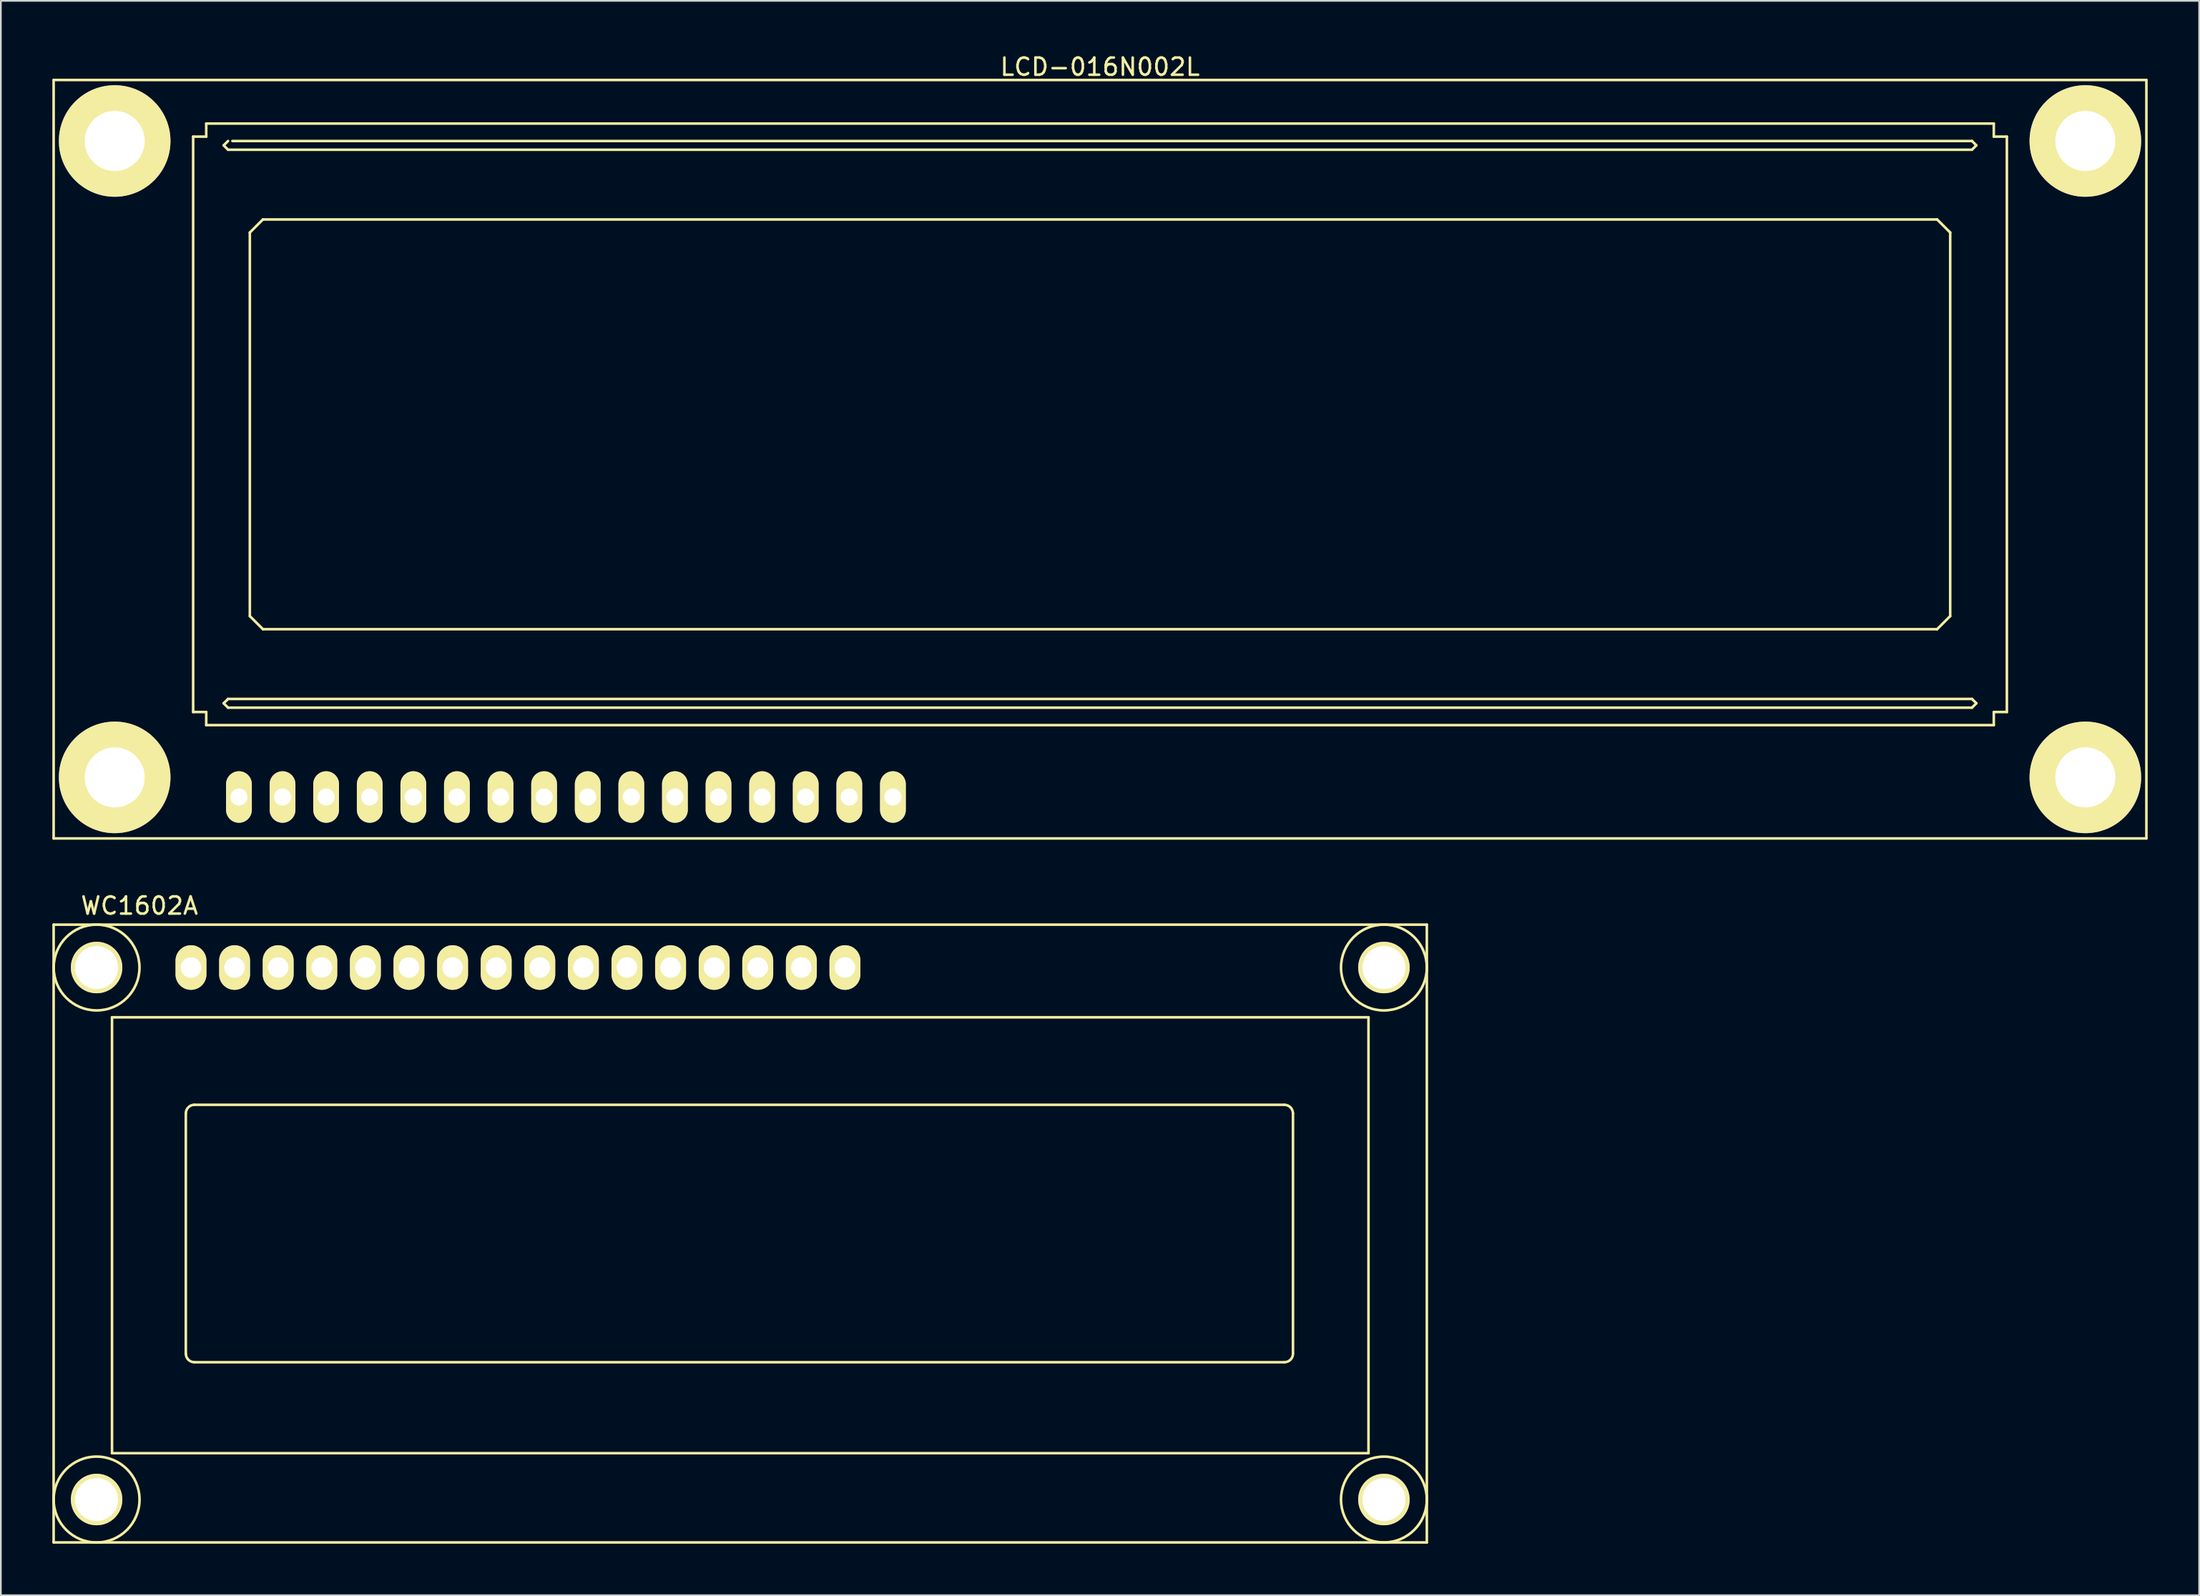
<source format=kicad_pcb>
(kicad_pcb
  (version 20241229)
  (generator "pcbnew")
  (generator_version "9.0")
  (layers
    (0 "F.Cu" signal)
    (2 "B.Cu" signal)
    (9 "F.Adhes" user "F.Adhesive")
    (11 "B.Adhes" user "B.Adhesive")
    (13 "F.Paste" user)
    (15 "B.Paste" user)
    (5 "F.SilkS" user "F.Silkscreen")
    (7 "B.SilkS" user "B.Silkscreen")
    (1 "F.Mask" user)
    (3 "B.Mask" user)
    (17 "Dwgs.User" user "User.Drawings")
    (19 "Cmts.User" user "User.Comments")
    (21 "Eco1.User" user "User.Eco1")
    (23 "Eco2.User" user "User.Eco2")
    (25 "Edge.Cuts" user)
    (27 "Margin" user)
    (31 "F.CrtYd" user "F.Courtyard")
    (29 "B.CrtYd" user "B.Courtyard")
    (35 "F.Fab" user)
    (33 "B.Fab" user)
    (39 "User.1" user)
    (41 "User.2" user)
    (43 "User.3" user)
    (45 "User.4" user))
  (footprint "WC1602A"
    (layer "F.Cu")
    (at 8.076 53.329)
    (property "Reference" "WC1602A" (at -3 -3.599 0) (layer "F.SilkS") (effects (font (size 1 1) (thickness 0.15))))
    (attr through_hole)
    (fp_line (start -8.001 -2.499) (end 71.999 -2.499) (stroke (width 0.15) (type solid)) (layer "F.SilkS"))
    (fp_line (start -8.001 33.5) (end -8.001 -2.499) (stroke (width 0.15) (type solid)) (layer "F.SilkS"))
    (fp_line (start -4.6 2.901) (end 68.6 2.901) (stroke (width 0.15) (type solid)) (layer "F.SilkS"))
    (fp_line (start -4.6 28.301) (end -4.6 2.901) (stroke (width 0.15) (type solid)) (layer "F.SilkS"))
    (fp_line (start -0.3 22.499) (end -0.3 8.499) (stroke (width 0.15) (type solid)) (layer "F.SilkS"))
    (fp_line (start 0.201 8.001) (end 63.701 8.001) (stroke (width 0.15) (type solid)) (layer "F.SilkS"))
    (fp_line (start 63.701 23) (end 0.201 23) (stroke (width 0.15) (type solid)) (layer "F.SilkS"))
    (fp_line (start 64.201 8.499) (end 64.201 22.499) (stroke (width 0.15) (type solid)) (layer "F.SilkS"))
    (fp_line (start 68.6 2.901) (end 68.6 28.301) (stroke (width 0.15) (type solid)) (layer "F.SilkS"))
    (fp_line (start 68.6 28.301) (end -4.6 28.301) (stroke (width 0.15) (type solid)) (layer "F.SilkS"))
    (fp_line (start 71.999 -2.499) (end 71.999 33.5) (stroke (width 0.15) (type solid)) (layer "F.SilkS"))
    (fp_line (start 71.999 33.5) (end -8.001 33.5) (stroke (width 0.15) (type solid)) (layer "F.SilkS"))
    (fp_arc (start -0.29972 8.49884) (mid -0.153162 8.145018) (end 0.20066 7.99846) (stroke (width 0.15) (type solid)) (layer "F.SilkS"))
    (fp_arc (start 0.20066 22.9997) (mid -0.153162 22.853142) (end -0.29972 22.49932) (stroke (width 0.15) (type solid)) (layer "F.SilkS"))
    (fp_arc (start 63.70066 8.001) (mid 64.052686 8.146814) (end 64.1985 8.49884) (stroke (width 0.15) (type solid)) (layer "F.SilkS"))
    (fp_arc (start 64.20104 22.49932) (mid 64.054482 22.853142) (end 63.70066 22.9997) (stroke (width 0.15) (type solid)) (layer "F.SilkS"))
    (fp_circle (center -5.499 0) (end -3 0) (stroke (width 0.15) (type solid)) (fill no) (layer "F.SilkS"))
    (fp_circle (center -5.499 31.001) (end -8.001 31.001) (stroke (width 0.15) (type solid)) (fill no) (layer "F.SilkS"))
    (fp_circle (center 69.499 0) (end 71.999 0) (stroke (width 0.15) (type solid)) (fill no) (layer "F.SilkS"))
    (fp_circle (center 69.499 31.001) (end 71.999 31.001) (stroke (width 0.15) (type solid)) (fill no) (layer "F.SilkS"))
    (pad "0" thru_hole circle (at -5.499 0) (size 3 3) (drill 2.5) (layers "*.Cu" "*.Mask" "F.SilkS"))
    (pad "0" thru_hole circle (at -5.499 31.001) (size 3 3) (drill 2.5) (layers "*.Cu" "*.Mask" "F.SilkS"))
    (pad "0" thru_hole circle (at 69.499 0) (size 3 3) (drill 2.5) (layers "*.Cu" "*.Mask" "F.SilkS"))
    (pad "0" thru_hole circle (at 69.499 31.001) (size 3 3) (drill 2.5) (layers "*.Cu" "*.Mask" "F.SilkS"))
    (pad "1" thru_hole oval (at 0 0) (size 1.8 2.6) (drill 1.2) (layers "*.Cu" "*.Mask" "F.SilkS"))
    (pad "2" thru_hole oval (at 2.54 0) (size 1.8 2.6) (drill 1.2) (layers "*.Cu" "*.Mask" "F.SilkS"))
    (pad "3" thru_hole oval (at 5.08 0) (size 1.8 2.6) (drill 1.2) (layers "*.Cu" "*.Mask" "F.SilkS"))
    (pad "4" thru_hole oval (at 7.62 0) (size 1.8 2.6) (drill 1.2) (layers "*.Cu" "*.Mask" "F.SilkS"))
    (pad "5" thru_hole oval (at 10.16 0) (size 1.8 2.6) (drill 1.2) (layers "*.Cu" "*.Mask" "F.SilkS"))
    (pad "6" thru_hole oval (at 12.7 0) (size 1.8 2.6) (drill 1.2) (layers "*.Cu" "*.Mask" "F.SilkS"))
    (pad "7" thru_hole oval (at 15.24 0) (size 1.8 2.6) (drill 1.2) (layers "*.Cu" "*.Mask" "F.SilkS"))
    (pad "8" thru_hole oval (at 17.78 0) (size 1.8 2.6) (drill 1.2) (layers "*.Cu" "*.Mask" "F.SilkS"))
    (pad "9" thru_hole oval (at 20.32 0) (size 1.8 2.6) (drill 1.2) (layers "*.Cu" "*.Mask" "F.SilkS"))
    (pad "10" thru_hole oval (at 22.86 0) (size 1.8 2.6) (drill 1.2) (layers "*.Cu" "*.Mask" "F.SilkS"))
    (pad "11" thru_hole oval (at 25.4 0) (size 1.8 2.6) (drill 1.2) (layers "*.Cu" "*.Mask" "F.SilkS"))
    (pad "12" thru_hole oval (at 27.94 0) (size 1.8 2.6) (drill 1.2) (layers "*.Cu" "*.Mask" "F.SilkS"))
    (pad "13" thru_hole oval (at 30.48 0) (size 1.8 2.6) (drill 1.2) (layers "*.Cu" "*.Mask" "F.SilkS"))
    (pad "14" thru_hole oval (at 33.02 0) (size 1.8 2.6) (drill 1.2) (layers "*.Cu" "*.Mask" "F.SilkS"))
    (pad "15" thru_hole oval (at 35.56 0) (size 1.8 2.6) (drill 1.2) (layers "*.Cu" "*.Mask" "F.SilkS"))
    (pad "16" thru_hole oval (at 38.1 0) (size 1.8 2.6) (drill 1.2) (layers "*.Cu" "*.Mask" "F.SilkS")))
  (footprint "LCD-016N002L"
    (layer "F.Cu")
    (at 61.035 23.708)
    (property "Reference" "LCD-016N002L" (at 0 -22.86 0) (layer "F.SilkS") (effects (font (size 1 1) (thickness 0.15))))
    (attr through_hole)
    (fp_line (start -60.96 -22.098) (end 60.96 -22.098) (stroke (width 0.15) (type solid)) (layer "F.SilkS"))
    (fp_line (start -60.96 22.098) (end -60.96 -22.098) (stroke (width 0.15) (type solid)) (layer "F.SilkS"))
    (fp_line (start -52.832 -18.796) (end -52.832 14.732) (stroke (width 0.15) (type solid)) (layer "F.SilkS"))
    (fp_line (start -52.832 -18.796) (end -52.07 -18.796) (stroke (width 0.15) (type solid)) (layer "F.SilkS"))
    (fp_line (start -52.07 -18.796) (end -52.07 -19.558) (stroke (width 0.15) (type solid)) (layer "F.SilkS"))
    (fp_line (start -52.07 14.732) (end -52.832 14.732) (stroke (width 0.15) (type solid)) (layer "F.SilkS"))
    (fp_line (start -52.07 15.494) (end -52.07 14.732) (stroke (width 0.15) (type solid)) (layer "F.SilkS"))
    (fp_line (start -52.07 15.494) (end 52.07 15.494) (stroke (width 0.15) (type solid)) (layer "F.SilkS"))
    (fp_line (start -51.054 -18.288) (end -50.8 -18.034) (stroke (width 0.15) (type solid)) (layer "F.SilkS"))
    (fp_line (start -51.054 14.224) (end -50.8 13.97) (stroke (width 0.15) (type solid)) (layer "F.SilkS"))
    (fp_line (start -50.8 -18.542) (end -51.054 -18.288) (stroke (width 0.15) (type solid)) (layer "F.SilkS"))
    (fp_line (start -50.8 -18.034) (end 50.8 -18.034) (stroke (width 0.15) (type solid)) (layer "F.SilkS"))
    (fp_line (start -50.8 14.478) (end -51.054 14.224) (stroke (width 0.15) (type solid)) (layer "F.SilkS"))
    (fp_line (start -50.8 14.478) (end 50.8 14.478) (stroke (width 0.15) (type solid)) (layer "F.SilkS"))
    (fp_line (start -49.53 -13.208) (end -48.768 -13.97) (stroke (width 0.15) (type solid)) (layer "F.SilkS"))
    (fp_line (start -49.53 9.144) (end -49.53 -13.208) (stroke (width 0.15) (type solid)) (layer "F.SilkS"))
    (fp_line (start -48.768 -13.97) (end 48.768 -13.97) (stroke (width 0.15) (type solid)) (layer "F.SilkS"))
    (fp_line (start -48.768 9.906) (end -49.53 9.144) (stroke (width 0.15) (type solid)) (layer "F.SilkS"))
    (fp_line (start 48.768 -13.97) (end 49.53 -13.208) (stroke (width 0.15) (type solid)) (layer "F.SilkS"))
    (fp_line (start 48.768 9.906) (end -48.768 9.906) (stroke (width 0.15) (type solid)) (layer "F.SilkS"))
    (fp_line (start 49.53 -13.208) (end 49.53 9.144) (stroke (width 0.15) (type solid)) (layer "F.SilkS"))
    (fp_line (start 49.53 9.144) (end 48.768 9.906) (stroke (width 0.15) (type solid)) (layer "F.SilkS"))
    (fp_line (start 50.8 -18.542) (end -50.546 -18.542) (stroke (width 0.15) (type solid)) (layer "F.SilkS"))
    (fp_line (start 50.8 -18.034) (end 51.054 -18.288) (stroke (width 0.15) (type solid)) (layer "F.SilkS"))
    (fp_line (start 50.8 13.97) (end -50.8 13.97) (stroke (width 0.15) (type solid)) (layer "F.SilkS"))
    (fp_line (start 50.8 14.478) (end 51.054 14.224) (stroke (width 0.15) (type solid)) (layer "F.SilkS"))
    (fp_line (start 51.054 -18.288) (end 50.8 -18.542) (stroke (width 0.15) (type solid)) (layer "F.SilkS"))
    (fp_line (start 51.054 14.224) (end 50.8 13.97) (stroke (width 0.15) (type solid)) (layer "F.SilkS"))
    (fp_line (start 52.07 -19.558) (end -52.07 -19.558) (stroke (width 0.15) (type solid)) (layer "F.SilkS"))
    (fp_line (start 52.07 -19.558) (end 52.07 -18.796) (stroke (width 0.15) (type solid)) (layer "F.SilkS"))
    (fp_line (start 52.07 -18.796) (end 52.832 -18.796) (stroke (width 0.15) (type solid)) (layer "F.SilkS"))
    (fp_line (start 52.07 14.732) (end 52.832 14.732) (stroke (width 0.15) (type solid)) (layer "F.SilkS"))
    (fp_line (start 52.07 15.494) (end 52.07 14.732) (stroke (width 0.15) (type solid)) (layer "F.SilkS"))
    (fp_line (start 52.832 14.732) (end 52.832 -18.796) (stroke (width 0.15) (type solid)) (layer "F.SilkS"))
    (fp_line (start 60.96 -22.098) (end 60.96 22.098) (stroke (width 0.15) (type solid)) (layer "F.SilkS"))
    (fp_line (start 60.96 22.098) (end -60.96 22.098) (stroke (width 0.15) (type solid)) (layer "F.SilkS"))
    (pad "" thru_hole circle (at -57.404 -18.542) (size 6.5 6.5) (drill 3.5) (layers "*.Cu" "*.Mask" "F.SilkS"))
    (pad "" thru_hole circle (at -57.404 18.542) (size 6.5 6.5) (drill 3.5) (layers "*.Cu" "*.Mask" "F.SilkS"))
    (pad "" thru_hole circle (at 57.404 -18.542) (size 6.5 6.5) (drill 3.5) (layers "*.Cu" "*.Mask" "F.SilkS"))
    (pad "" thru_hole circle (at 57.404 18.542) (size 6.5 6.5) (drill 3.5) (layers "*.Cu" "*.Mask" "F.SilkS"))
    (pad "1" thru_hole oval (at -17.145 19.685) (size 1.5 3) (drill 1) (layers "*.Cu" "*.Mask" "F.SilkS"))
    (pad "2" thru_hole oval (at -19.685 19.685) (size 1.5 3) (drill 1) (layers "*.Cu" "*.Mask" "F.SilkS"))
    (pad "3" thru_hole oval (at -22.225 19.685) (size 1.5 3) (drill 1) (layers "*.Cu" "*.Mask" "F.SilkS"))
    (pad "4" thru_hole oval (at -24.765 19.685) (size 1.5 3) (drill 1) (layers "*.Cu" "*.Mask" "F.SilkS"))
    (pad "5" thru_hole oval (at -27.305 19.685) (size 1.5 3) (drill 1) (layers "*.Cu" "*.Mask" "F.SilkS"))
    (pad "6" thru_hole oval (at -29.845 19.685) (size 1.5 3) (drill 1) (layers "*.Cu" "*.Mask" "F.SilkS"))
    (pad "7" thru_hole oval (at -32.385 19.685) (size 1.5 3) (drill 1) (layers "*.Cu" "*.Mask" "F.SilkS"))
    (pad "8" thru_hole oval (at -34.925 19.685) (size 1.5 3) (drill 1) (layers "*.Cu" "*.Mask" "F.SilkS"))
    (pad "9" thru_hole oval (at -37.465 19.685) (size 1.5 3) (drill 1) (layers "*.Cu" "*.Mask" "F.SilkS"))
    (pad "10" thru_hole oval (at -40.005 19.685) (size 1.5 3) (drill 1) (layers "*.Cu" "*.Mask" "F.SilkS"))
    (pad "11" thru_hole oval (at -42.545 19.685) (size 1.5 3) (drill 1) (layers "*.Cu" "*.Mask" "F.SilkS"))
    (pad "12" thru_hole oval (at -45.085 19.685) (size 1.5 3) (drill 1) (layers "*.Cu" "*.Mask" "F.SilkS"))
    (pad "13" thru_hole oval (at -47.625 19.685) (size 1.5 3) (drill 1) (layers "*.Cu" "*.Mask" "F.SilkS"))
    (pad "14" thru_hole oval (at -50.165 19.685) (size 1.5 3) (drill 1) (layers "*.Cu" "*.Mask" "F.SilkS"))
    (pad "15" thru_hole oval (at -14.605 19.685) (size 1.5 3) (drill 1) (layers "*.Cu" "*.Mask" "F.SilkS"))
    (pad "16" thru_hole oval (at -12.065 19.685) (size 1.5 3) (drill 1) (layers "*.Cu" "*.Mask" "F.SilkS")))
  (gr_rect
    (start -3 -3)
    (end 125.07 89.906)
    (stroke (width 0.1) (type default))
    (fill no)
    (layer "Edge.Cuts")))
</source>
